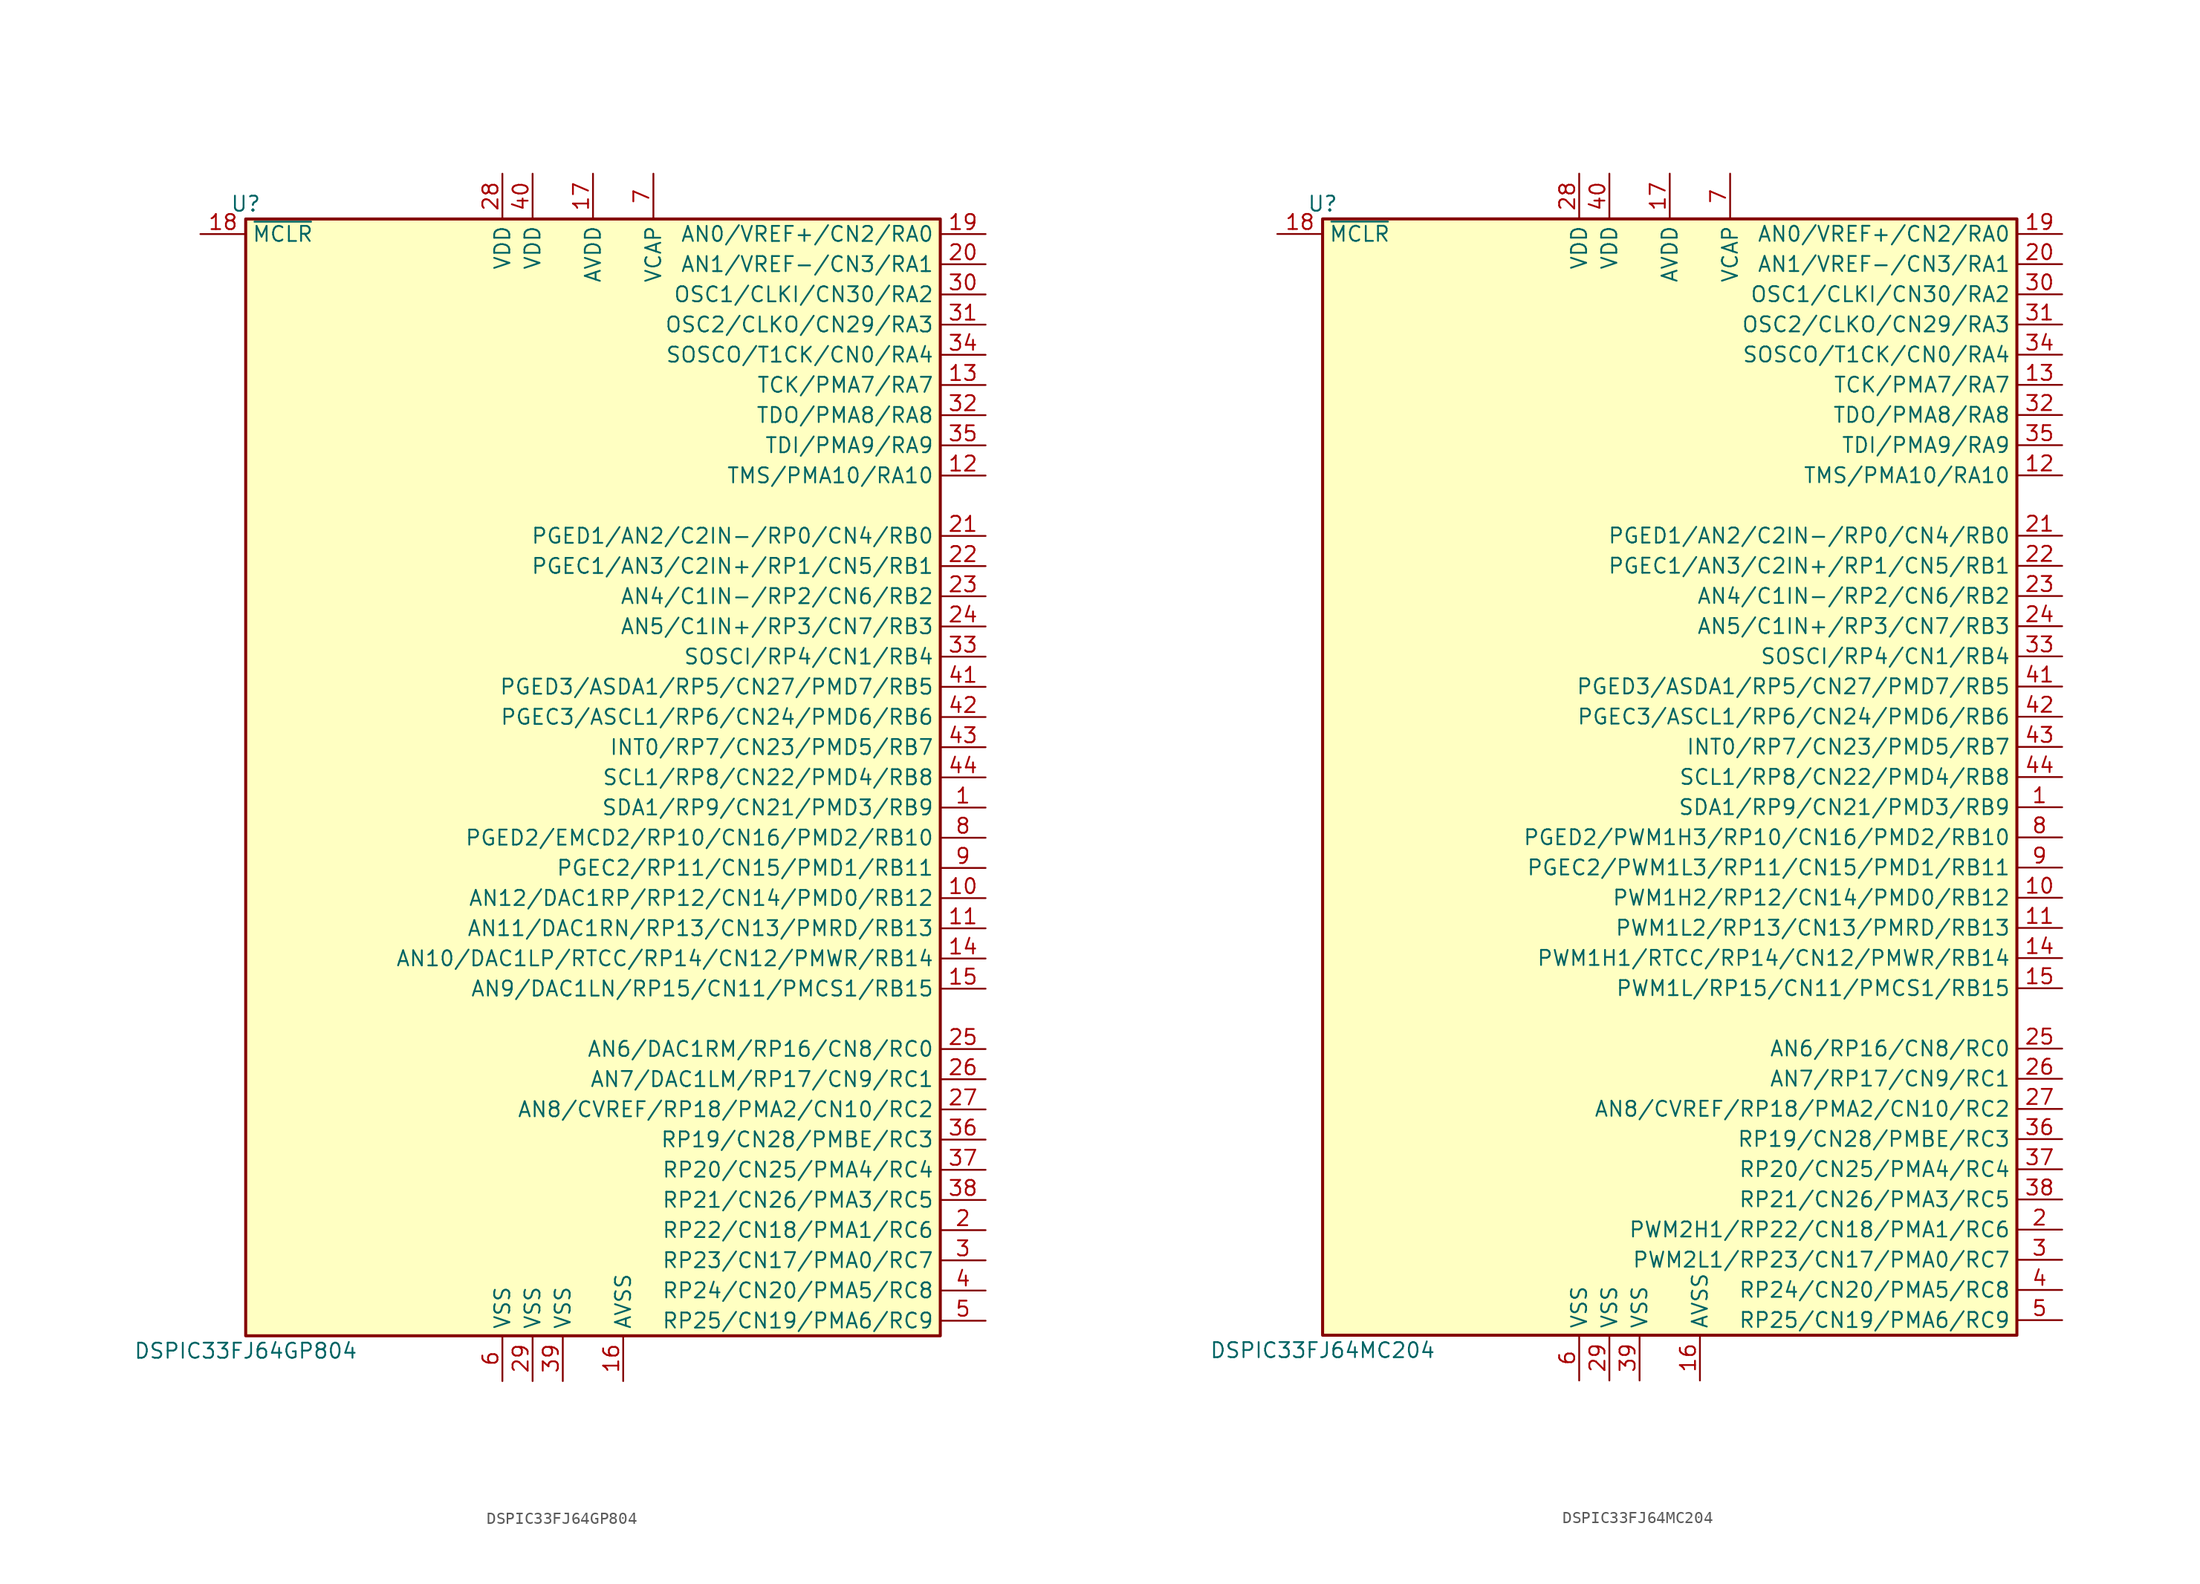
<source format=kicad_sym>
(kicad_symbol_lib
  (version 20200908)
  (generator kicad_symbol_editor)
  (symbol "DSP_Microchip_DSPIC33:DSPIC33FJ64GP804"
    (property "Reference" "U"
      (at -29.21 48.26 0)
      (effects (font (size 1.27 1.27))))
    (property "Value" "DSPIC33FJ64GP804"
      (at -29.21 -48.26 0)
      (effects (font (size 1.27 1.27))))
    (symbol "DSPIC33FJ64GP804_1_1"
      (rectangle (start -29.21 46.99) (end 29.21 -46.99) (stroke (width 0.254)) (fill (type background)))
      (pin bidirectional line (at 33.02 -2.54 180) (length 3.81) (name "SDA1/RP9/CN21/PMD3/RB9" (effects (font (size 1.27 1.27)))) (number "1" (effects (font (size 1.27 1.27)))))
      (pin bidirectional line (at 33.02 -10.16 180) (length 3.81) (name "AN12/DAC1RP/RP12/CN14/PMD0/RB12" (effects (font (size 1.27 1.27)))) (number "10" (effects (font (size 1.27 1.27)))))
      (pin bidirectional line (at 33.02 -12.7 180) (length 3.81) (name "AN11/DAC1RN/RP13/CN13/PMRD/RB13" (effects (font (size 1.27 1.27)))) (number "11" (effects (font (size 1.27 1.27)))))
      (pin bidirectional line (at 33.02 25.4 180) (length 3.81) (name "TMS/PMA10/RA10" (effects (font (size 1.27 1.27)))) (number "12" (effects (font (size 1.27 1.27)))))
      (pin bidirectional line (at 33.02 33.02 180) (length 3.81) (name "TCK/PMA7/RA7" (effects (font (size 1.27 1.27)))) (number "13" (effects (font (size 1.27 1.27)))))
      (pin bidirectional line (at 33.02 -15.24 180) (length 3.81) (name "AN10/DAC1LP/RTCC/RP14/CN12/PMWR/RB14" (effects (font (size 1.27 1.27)))) (number "14" (effects (font (size 1.27 1.27)))))
      (pin bidirectional line (at 33.02 -17.78 180) (length 3.81) (name "AN9/DAC1LN/RP15/CN11/PMCS1/RB15" (effects (font (size 1.27 1.27)))) (number "15" (effects (font (size 1.27 1.27)))))
      (pin power_in line (at 2.54 -50.8 90) (length 3.81) (name "AVSS" (effects (font (size 1.27 1.27)))) (number "16" (effects (font (size 1.27 1.27)))))
      (pin power_in line (at 0 50.8 270) (length 3.81) (name "AVDD" (effects (font (size 1.27 1.27)))) (number "17" (effects (font (size 1.27 1.27)))))
      (pin input line (at -33.02 45.72 0) (length 3.81) (name "~MCLR" (effects (font (size 1.27 1.27)))) (number "18" (effects (font (size 1.27 1.27)))))
      (pin bidirectional line (at 33.02 45.72 180) (length 3.81) (name "AN0/VREF+/CN2/RA0" (effects (font (size 1.27 1.27)))) (number "19" (effects (font (size 1.27 1.27)))))
      (pin bidirectional line (at 33.02 -38.1 180) (length 3.81) (name "RP22/CN18/PMA1/RC6" (effects (font (size 1.27 1.27)))) (number "2" (effects (font (size 1.27 1.27)))))
      (pin bidirectional line (at 33.02 43.18 180) (length 3.81) (name "AN1/VREF-/CN3/RA1" (effects (font (size 1.27 1.27)))) (number "20" (effects (font (size 1.27 1.27)))))
      (pin bidirectional line (at 33.02 20.32 180) (length 3.81) (name "PGED1/AN2/C2IN-/RP0/CN4/RB0" (effects (font (size 1.27 1.27)))) (number "21" (effects (font (size 1.27 1.27)))))
      (pin bidirectional line (at 33.02 17.78 180) (length 3.81) (name "PGEC1/AN3/C2IN+/RP1/CN5/RB1" (effects (font (size 1.27 1.27)))) (number "22" (effects (font (size 1.27 1.27)))))
      (pin bidirectional line (at 33.02 15.24 180) (length 3.81) (name "AN4/C1IN-/RP2/CN6/RB2" (effects (font (size 1.27 1.27)))) (number "23" (effects (font (size 1.27 1.27)))))
      (pin bidirectional line (at 33.02 12.7 180) (length 3.81) (name "AN5/C1IN+/RP3/CN7/RB3" (effects (font (size 1.27 1.27)))) (number "24" (effects (font (size 1.27 1.27)))))
      (pin bidirectional line (at 33.02 -22.86 180) (length 3.81) (name "AN6/DAC1RM/RP16/CN8/RC0" (effects (font (size 1.27 1.27)))) (number "25" (effects (font (size 1.27 1.27)))))
      (pin bidirectional line (at 33.02 -25.4 180) (length 3.81) (name "AN7/DAC1LM/RP17/CN9/RC1" (effects (font (size 1.27 1.27)))) (number "26" (effects (font (size 1.27 1.27)))))
      (pin bidirectional line (at 33.02 -27.94 180) (length 3.81) (name "AN8/CVREF/RP18/PMA2/CN10/RC2" (effects (font (size 1.27 1.27)))) (number "27" (effects (font (size 1.27 1.27)))))
      (pin power_in line (at -7.62 50.8 270) (length 3.81) (name "VDD" (effects (font (size 1.27 1.27)))) (number "28" (effects (font (size 1.27 1.27)))))
      (pin power_in line (at -5.08 -50.8 90) (length 3.81) (name "VSS" (effects (font (size 1.27 1.27)))) (number "29" (effects (font (size 1.27 1.27)))))
      (pin bidirectional line (at 33.02 -40.64 180) (length 3.81) (name "RP23/CN17/PMA0/RC7" (effects (font (size 1.27 1.27)))) (number "3" (effects (font (size 1.27 1.27)))))
      (pin input line (at 33.02 40.64 180) (length 3.81) (name "OSC1/CLKI/CN30/RA2" (effects (font (size 1.27 1.27)))) (number "30" (effects (font (size 1.27 1.27)))))
      (pin input line (at 33.02 38.1 180) (length 3.81) (name "OSC2/CLKO/CN29/RA3" (effects (font (size 1.27 1.27)))) (number "31" (effects (font (size 1.27 1.27)))))
      (pin input line (at 33.02 30.48 180) (length 3.81) (name "TDO/PMA8/RA8" (effects (font (size 1.27 1.27)))) (number "32" (effects (font (size 1.27 1.27)))))
      (pin input line (at 33.02 10.16 180) (length 3.81) (name "SOSCI/RP4/CN1/RB4" (effects (font (size 1.27 1.27)))) (number "33" (effects (font (size 1.27 1.27)))))
      (pin input line (at 33.02 35.56 180) (length 3.81) (name "SOSCO/T1CK/CN0/RA4" (effects (font (size 1.27 1.27)))) (number "34" (effects (font (size 1.27 1.27)))))
      (pin input line (at 33.02 27.94 180) (length 3.81) (name "TDI/PMA9/RA9" (effects (font (size 1.27 1.27)))) (number "35" (effects (font (size 1.27 1.27)))))
      (pin input line (at 33.02 -30.48 180) (length 3.81) (name "RP19/CN28/PMBE/RC3" (effects (font (size 1.27 1.27)))) (number "36" (effects (font (size 1.27 1.27)))))
      (pin input line (at 33.02 -33.02 180) (length 3.81) (name "RP20/CN25/PMA4/RC4" (effects (font (size 1.27 1.27)))) (number "37" (effects (font (size 1.27 1.27)))))
      (pin input line (at 33.02 -35.56 180) (length 3.81) (name "RP21/CN26/PMA3/RC5" (effects (font (size 1.27 1.27)))) (number "38" (effects (font (size 1.27 1.27)))))
      (pin power_in line (at -2.54 -50.8 90) (length 3.81) (name "VSS" (effects (font (size 1.27 1.27)))) (number "39" (effects (font (size 1.27 1.27)))))
      (pin bidirectional line (at 33.02 -43.18 180) (length 3.81) (name "RP24/CN20/PMA5/RC8" (effects (font (size 1.27 1.27)))) (number "4" (effects (font (size 1.27 1.27)))))
      (pin power_in line (at -5.08 50.8 270) (length 3.81) (name "VDD" (effects (font (size 1.27 1.27)))) (number "40" (effects (font (size 1.27 1.27)))))
      (pin input line (at 33.02 7.62 180) (length 3.81) (name "PGED3/ASDA1/RP5/CN27/PMD7/RB5" (effects (font (size 1.27 1.27)))) (number "41" (effects (font (size 1.27 1.27)))))
      (pin input line (at 33.02 5.08 180) (length 3.81) (name "PGEC3/ASCL1/RP6/CN24/PMD6/RB6" (effects (font (size 1.27 1.27)))) (number "42" (effects (font (size 1.27 1.27)))))
      (pin input line (at 33.02 2.54 180) (length 3.81) (name "INT0/RP7/CN23/PMD5/RB7" (effects (font (size 1.27 1.27)))) (number "43" (effects (font (size 1.27 1.27)))))
      (pin input line (at 33.02 0 180) (length 3.81) (name "SCL1/RP8/CN22/PMD4/RB8" (effects (font (size 1.27 1.27)))) (number "44" (effects (font (size 1.27 1.27)))))
      (pin bidirectional line (at 33.02 -45.72 180) (length 3.81) (name "RP25/CN19/PMA6/RC9" (effects (font (size 1.27 1.27)))) (number "5" (effects (font (size 1.27 1.27)))))
      (pin power_in line (at -7.62 -50.8 90) (length 3.81) (name "VSS" (effects (font (size 1.27 1.27)))) (number "6" (effects (font (size 1.27 1.27)))))
      (pin power_in line (at 5.08 50.8 270) (length 3.81) (name "VCAP" (effects (font (size 1.27 1.27)))) (number "7" (effects (font (size 1.27 1.27)))))
      (pin bidirectional line (at 33.02 -5.08 180) (length 3.81) (name "PGED2/EMCD2/RP10/CN16/PMD2/RB10" (effects (font (size 1.27 1.27)))) (number "8" (effects (font (size 1.27 1.27)))))
      (pin bidirectional line (at 33.02 -7.62 180) (length 3.81) (name "PGEC2/RP11/CN15/PMD1/RB11" (effects (font (size 1.27 1.27)))) (number "9" (effects (font (size 1.27 1.27)))))))
  (symbol "DSP_Microchip_DSPIC33:DSPIC33FJ64MC204"
    (property "Reference" "U"
      (at -29.21 48.26 0)
      (effects (font (size 1.27 1.27))))
    (property "Value" "DSPIC33FJ64MC204"
      (at -29.21 -48.26 0)
      (effects (font (size 1.27 1.27))))
    (symbol "DSPIC33FJ64MC204_1_1"
      (rectangle (start -29.21 46.99) (end 29.21 -46.99) (stroke (width 0.254)) (fill (type background)))
      (pin bidirectional line (at 33.02 -2.54 180) (length 3.81) (name "SDA1/RP9/CN21/PMD3/RB9" (effects (font (size 1.27 1.27)))) (number "1" (effects (font (size 1.27 1.27)))))
      (pin bidirectional line (at 33.02 -10.16 180) (length 3.81) (name "PWM1H2/RP12/CN14/PMD0/RB12" (effects (font (size 1.27 1.27)))) (number "10" (effects (font (size 1.27 1.27)))))
      (pin bidirectional line (at 33.02 -12.7 180) (length 3.81) (name "PWM1L2/RP13/CN13/PMRD/RB13" (effects (font (size 1.27 1.27)))) (number "11" (effects (font (size 1.27 1.27)))))
      (pin bidirectional line (at 33.02 25.4 180) (length 3.81) (name "TMS/PMA10/RA10" (effects (font (size 1.27 1.27)))) (number "12" (effects (font (size 1.27 1.27)))))
      (pin bidirectional line (at 33.02 33.02 180) (length 3.81) (name "TCK/PMA7/RA7" (effects (font (size 1.27 1.27)))) (number "13" (effects (font (size 1.27 1.27)))))
      (pin bidirectional line (at 33.02 -15.24 180) (length 3.81) (name "PWM1H1/RTCC/RP14/CN12/PMWR/RB14" (effects (font (size 1.27 1.27)))) (number "14" (effects (font (size 1.27 1.27)))))
      (pin bidirectional line (at 33.02 -17.78 180) (length 3.81) (name "PWM1L/RP15/CN11/PMCS1/RB15" (effects (font (size 1.27 1.27)))) (number "15" (effects (font (size 1.27 1.27)))))
      (pin power_in line (at 2.54 -50.8 90) (length 3.81) (name "AVSS" (effects (font (size 1.27 1.27)))) (number "16" (effects (font (size 1.27 1.27)))))
      (pin power_in line (at 0 50.8 270) (length 3.81) (name "AVDD" (effects (font (size 1.27 1.27)))) (number "17" (effects (font (size 1.27 1.27)))))
      (pin input line (at -33.02 45.72 0) (length 3.81) (name "~MCLR" (effects (font (size 1.27 1.27)))) (number "18" (effects (font (size 1.27 1.27)))))
      (pin bidirectional line (at 33.02 45.72 180) (length 3.81) (name "AN0/VREF+/CN2/RA0" (effects (font (size 1.27 1.27)))) (number "19" (effects (font (size 1.27 1.27)))))
      (pin bidirectional line (at 33.02 -38.1 180) (length 3.81) (name "PWM2H1/RP22/CN18/PMA1/RC6" (effects (font (size 1.27 1.27)))) (number "2" (effects (font (size 1.27 1.27)))))
      (pin bidirectional line (at 33.02 43.18 180) (length 3.81) (name "AN1/VREF-/CN3/RA1" (effects (font (size 1.27 1.27)))) (number "20" (effects (font (size 1.27 1.27)))))
      (pin bidirectional line (at 33.02 20.32 180) (length 3.81) (name "PGED1/AN2/C2IN-/RP0/CN4/RB0" (effects (font (size 1.27 1.27)))) (number "21" (effects (font (size 1.27 1.27)))))
      (pin bidirectional line (at 33.02 17.78 180) (length 3.81) (name "PGEC1/AN3/C2IN+/RP1/CN5/RB1" (effects (font (size 1.27 1.27)))) (number "22" (effects (font (size 1.27 1.27)))))
      (pin bidirectional line (at 33.02 15.24 180) (length 3.81) (name "AN4/C1IN-/RP2/CN6/RB2" (effects (font (size 1.27 1.27)))) (number "23" (effects (font (size 1.27 1.27)))))
      (pin bidirectional line (at 33.02 12.7 180) (length 3.81) (name "AN5/C1IN+/RP3/CN7/RB3" (effects (font (size 1.27 1.27)))) (number "24" (effects (font (size 1.27 1.27)))))
      (pin bidirectional line (at 33.02 -22.86 180) (length 3.81) (name "AN6/RP16/CN8/RC0" (effects (font (size 1.27 1.27)))) (number "25" (effects (font (size 1.27 1.27)))))
      (pin bidirectional line (at 33.02 -25.4 180) (length 3.81) (name "AN7/RP17/CN9/RC1" (effects (font (size 1.27 1.27)))) (number "26" (effects (font (size 1.27 1.27)))))
      (pin bidirectional line (at 33.02 -27.94 180) (length 3.81) (name "AN8/CVREF/RP18/PMA2/CN10/RC2" (effects (font (size 1.27 1.27)))) (number "27" (effects (font (size 1.27 1.27)))))
      (pin power_in line (at -7.62 50.8 270) (length 3.81) (name "VDD" (effects (font (size 1.27 1.27)))) (number "28" (effects (font (size 1.27 1.27)))))
      (pin power_in line (at -5.08 -50.8 90) (length 3.81) (name "VSS" (effects (font (size 1.27 1.27)))) (number "29" (effects (font (size 1.27 1.27)))))
      (pin bidirectional line (at 33.02 -40.64 180) (length 3.81) (name "PWM2L1/RP23/CN17/PMA0/RC7" (effects (font (size 1.27 1.27)))) (number "3" (effects (font (size 1.27 1.27)))))
      (pin input line (at 33.02 40.64 180) (length 3.81) (name "OSC1/CLKI/CN30/RA2" (effects (font (size 1.27 1.27)))) (number "30" (effects (font (size 1.27 1.27)))))
      (pin input line (at 33.02 38.1 180) (length 3.81) (name "OSC2/CLKO/CN29/RA3" (effects (font (size 1.27 1.27)))) (number "31" (effects (font (size 1.27 1.27)))))
      (pin input line (at 33.02 30.48 180) (length 3.81) (name "TDO/PMA8/RA8" (effects (font (size 1.27 1.27)))) (number "32" (effects (font (size 1.27 1.27)))))
      (pin input line (at 33.02 10.16 180) (length 3.81) (name "SOSCI/RP4/CN1/RB4" (effects (font (size 1.27 1.27)))) (number "33" (effects (font (size 1.27 1.27)))))
      (pin input line (at 33.02 35.56 180) (length 3.81) (name "SOSCO/T1CK/CN0/RA4" (effects (font (size 1.27 1.27)))) (number "34" (effects (font (size 1.27 1.27)))))
      (pin input line (at 33.02 27.94 180) (length 3.81) (name "TDI/PMA9/RA9" (effects (font (size 1.27 1.27)))) (number "35" (effects (font (size 1.27 1.27)))))
      (pin input line (at 33.02 -30.48 180) (length 3.81) (name "RP19/CN28/PMBE/RC3" (effects (font (size 1.27 1.27)))) (number "36" (effects (font (size 1.27 1.27)))))
      (pin input line (at 33.02 -33.02 180) (length 3.81) (name "RP20/CN25/PMA4/RC4" (effects (font (size 1.27 1.27)))) (number "37" (effects (font (size 1.27 1.27)))))
      (pin input line (at 33.02 -35.56 180) (length 3.81) (name "RP21/CN26/PMA3/RC5" (effects (font (size 1.27 1.27)))) (number "38" (effects (font (size 1.27 1.27)))))
      (pin power_in line (at -2.54 -50.8 90) (length 3.81) (name "VSS" (effects (font (size 1.27 1.27)))) (number "39" (effects (font (size 1.27 1.27)))))
      (pin bidirectional line (at 33.02 -43.18 180) (length 3.81) (name "RP24/CN20/PMA5/RC8" (effects (font (size 1.27 1.27)))) (number "4" (effects (font (size 1.27 1.27)))))
      (pin power_in line (at -5.08 50.8 270) (length 3.81) (name "VDD" (effects (font (size 1.27 1.27)))) (number "40" (effects (font (size 1.27 1.27)))))
      (pin input line (at 33.02 7.62 180) (length 3.81) (name "PGED3/ASDA1/RP5/CN27/PMD7/RB5" (effects (font (size 1.27 1.27)))) (number "41" (effects (font (size 1.27 1.27)))))
      (pin input line (at 33.02 5.08 180) (length 3.81) (name "PGEC3/ASCL1/RP6/CN24/PMD6/RB6" (effects (font (size 1.27 1.27)))) (number "42" (effects (font (size 1.27 1.27)))))
      (pin input line (at 33.02 2.54 180) (length 3.81) (name "INT0/RP7/CN23/PMD5/RB7" (effects (font (size 1.27 1.27)))) (number "43" (effects (font (size 1.27 1.27)))))
      (pin input line (at 33.02 0 180) (length 3.81) (name "SCL1/RP8/CN22/PMD4/RB8" (effects (font (size 1.27 1.27)))) (number "44" (effects (font (size 1.27 1.27)))))
      (pin bidirectional line (at 33.02 -45.72 180) (length 3.81) (name "RP25/CN19/PMA6/RC9" (effects (font (size 1.27 1.27)))) (number "5" (effects (font (size 1.27 1.27)))))
      (pin power_in line (at -7.62 -50.8 90) (length 3.81) (name "VSS" (effects (font (size 1.27 1.27)))) (number "6" (effects (font (size 1.27 1.27)))))
      (pin power_in line (at 5.08 50.8 270) (length 3.81) (name "VCAP" (effects (font (size 1.27 1.27)))) (number "7" (effects (font (size 1.27 1.27)))))
      (pin bidirectional line (at 33.02 -5.08 180) (length 3.81) (name "PGED2/PWM1H3/RP10/CN16/PMD2/RB10" (effects (font (size 1.27 1.27)))) (number "8" (effects (font (size 1.27 1.27)))))
      (pin bidirectional line (at 33.02 -7.62 180) (length 3.81) (name "PGEC2/PWM1L3/RP11/CN15/PMD1/RB11" (effects (font (size 1.27 1.27)))) (number "9" (effects (font (size 1.27 1.27))))))))
</source>
